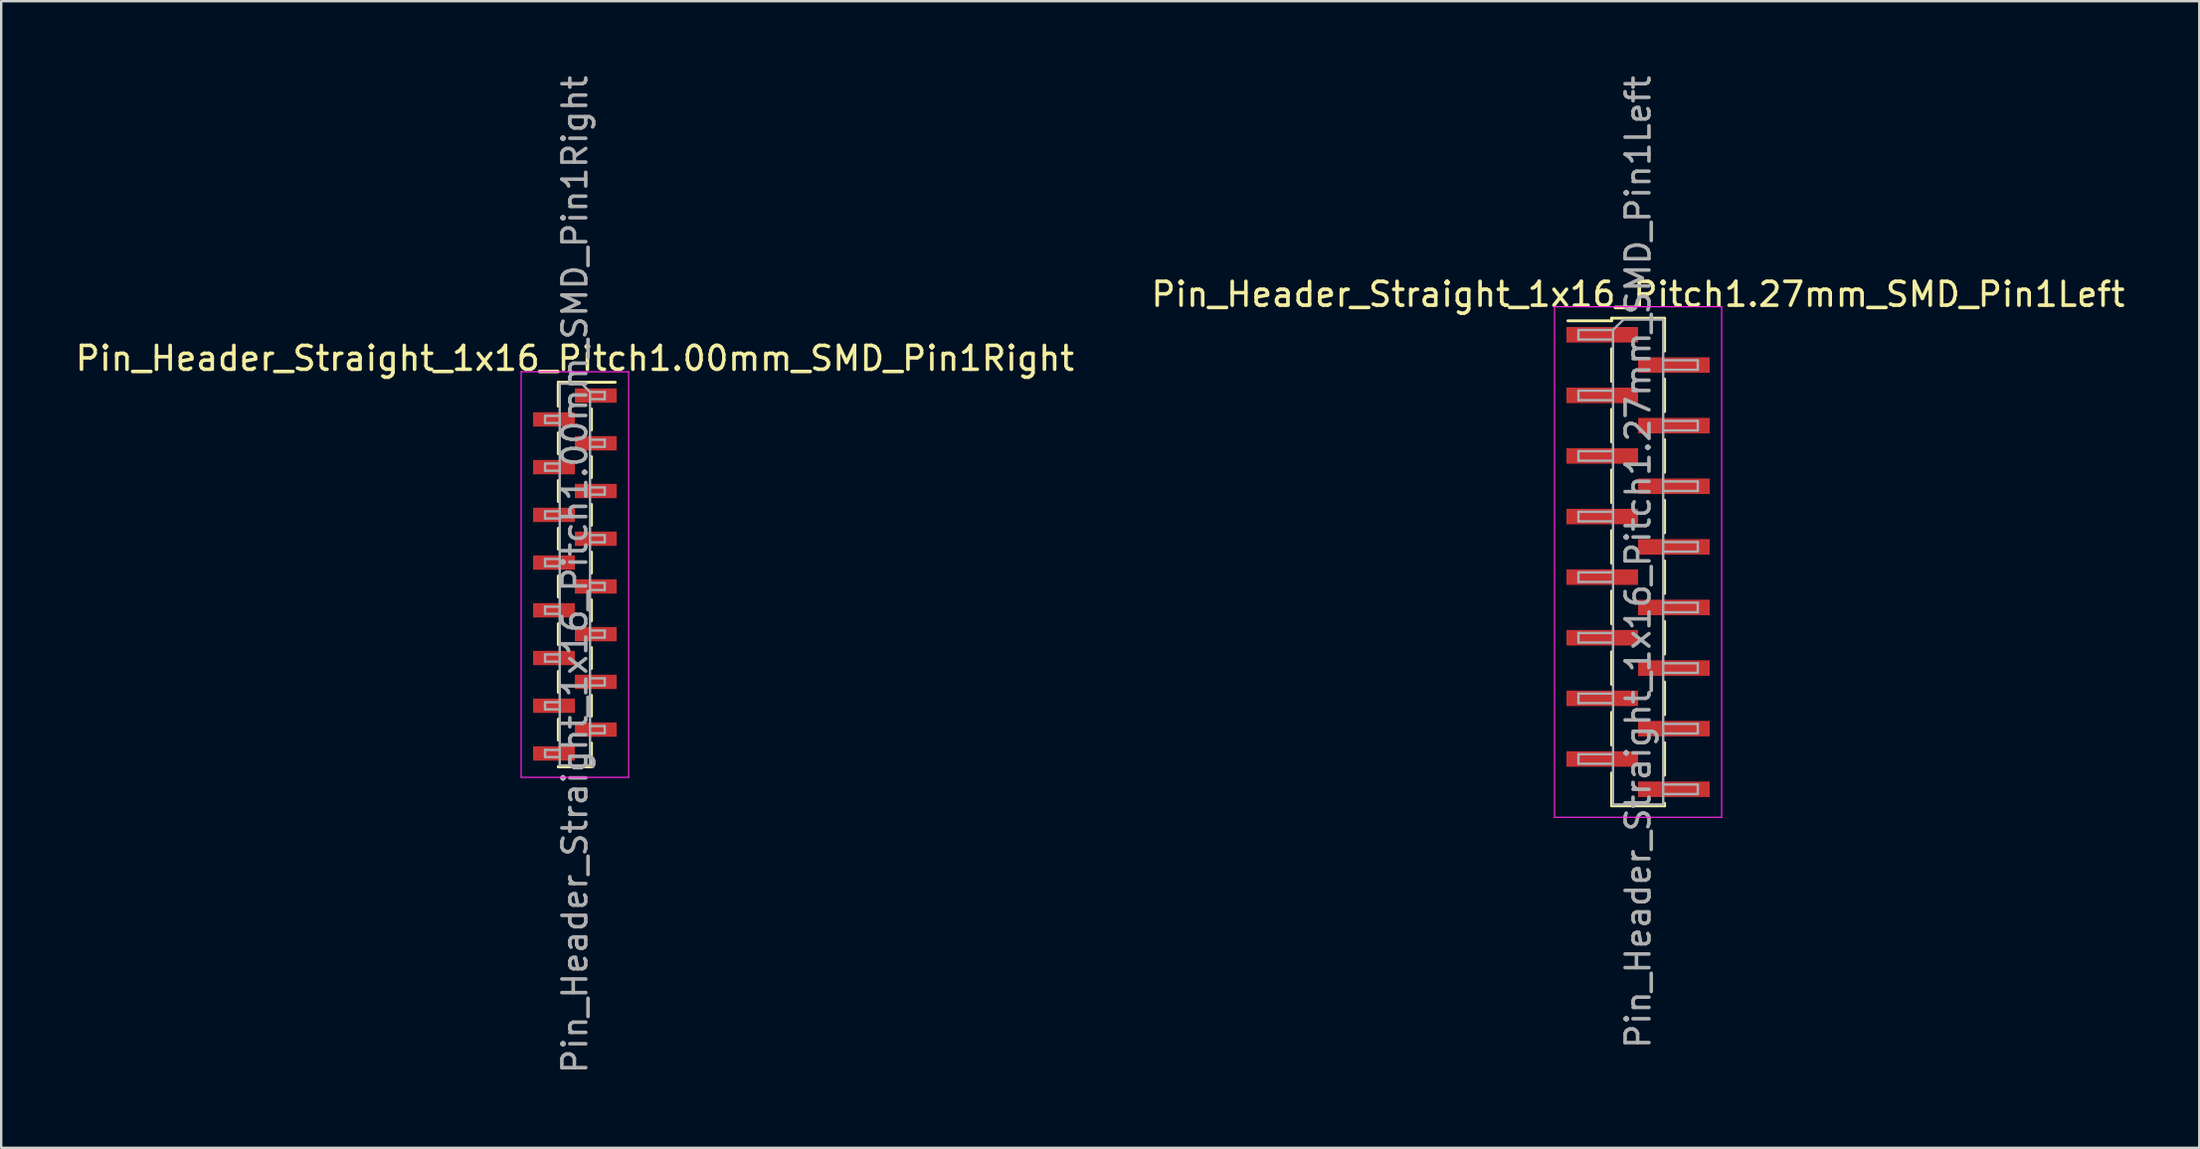
<source format=kicad_pcb>
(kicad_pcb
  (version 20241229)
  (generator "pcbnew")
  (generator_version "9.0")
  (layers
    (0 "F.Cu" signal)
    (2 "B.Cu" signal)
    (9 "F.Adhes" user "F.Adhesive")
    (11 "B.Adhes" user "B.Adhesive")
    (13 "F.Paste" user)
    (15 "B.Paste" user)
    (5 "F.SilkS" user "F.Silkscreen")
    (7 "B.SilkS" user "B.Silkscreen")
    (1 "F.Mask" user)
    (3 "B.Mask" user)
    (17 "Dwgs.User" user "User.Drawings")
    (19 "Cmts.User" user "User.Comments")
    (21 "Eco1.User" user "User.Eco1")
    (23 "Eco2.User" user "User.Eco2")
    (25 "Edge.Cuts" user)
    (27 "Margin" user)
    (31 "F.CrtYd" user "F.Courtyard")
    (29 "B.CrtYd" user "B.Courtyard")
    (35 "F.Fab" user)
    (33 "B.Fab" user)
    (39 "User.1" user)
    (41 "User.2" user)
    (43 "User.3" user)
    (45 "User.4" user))
  (footprint "Pin_Header_Straight_1x16_Pitch1.00mm_SMD_Pin1Right"
    (layer "F.Cu")
    (at 21.03 21.03)
    (property "Reference" "Pin_Header_Straight_1x16_Pitch1.00mm_SMD_Pin1Right" (at 0 -9.06 0) (layer "F.SilkS") (effects (font (size 1 1) (thickness 0.15))))
    (attr smd)
    (fp_line (start -0.695 -8.06) (end -0.695 -7.06) (stroke (width 0.12) (type solid)) (layer "F.SilkS"))
    (fp_line (start -0.695 -8.06) (end 0.695 -8.06) (stroke (width 0.12) (type solid)) (layer "F.SilkS"))
    (fp_line (start -0.695 -7.94) (end -0.695 -7.06) (stroke (width 0.12) (type solid)) (layer "F.SilkS"))
    (fp_line (start -0.695 -5.94) (end -0.695 -5.06) (stroke (width 0.12) (type solid)) (layer "F.SilkS"))
    (fp_line (start -0.695 -3.94) (end -0.695 -3.06) (stroke (width 0.12) (type solid)) (layer "F.SilkS"))
    (fp_line (start -0.695 -1.94) (end -0.695 -1.06) (stroke (width 0.12) (type solid)) (layer "F.SilkS"))
    (fp_line (start -0.695 0.06) (end -0.695 0.94) (stroke (width 0.12) (type solid)) (layer "F.SilkS"))
    (fp_line (start -0.695 2.06) (end -0.695 2.94) (stroke (width 0.12) (type solid)) (layer "F.SilkS"))
    (fp_line (start -0.695 4.06) (end -0.695 4.94) (stroke (width 0.12) (type solid)) (layer "F.SilkS"))
    (fp_line (start -0.695 6.06) (end -0.695 6.94) (stroke (width 0.12) (type solid)) (layer "F.SilkS"))
    (fp_line (start -0.695 8.06) (end -0.695 8.06) (stroke (width 0.12) (type solid)) (layer "F.SilkS"))
    (fp_line (start -0.695 8.06) (end 0.695 8.06) (stroke (width 0.12) (type solid)) (layer "F.SilkS"))
    (fp_line (start 0.695 -8.06) (end 0.695 -8.06) (stroke (width 0.12) (type solid)) (layer "F.SilkS"))
    (fp_line (start 0.695 -8.06) (end 1.69 -8.06) (stroke (width 0.12) (type solid)) (layer "F.SilkS"))
    (fp_line (start 0.695 -6.94) (end 0.695 -6.06) (stroke (width 0.12) (type solid)) (layer "F.SilkS"))
    (fp_line (start 0.695 -4.94) (end 0.695 -4.06) (stroke (width 0.12) (type solid)) (layer "F.SilkS"))
    (fp_line (start 0.695 -2.94) (end 0.695 -2.06) (stroke (width 0.12) (type solid)) (layer "F.SilkS"))
    (fp_line (start 0.695 -0.94) (end 0.695 -0.06) (stroke (width 0.12) (type solid)) (layer "F.SilkS"))
    (fp_line (start 0.695 1.06) (end 0.695 1.94) (stroke (width 0.12) (type solid)) (layer "F.SilkS"))
    (fp_line (start 0.695 3.06) (end 0.695 3.94) (stroke (width 0.12) (type solid)) (layer "F.SilkS"))
    (fp_line (start 0.695 5.06) (end 0.695 5.94) (stroke (width 0.12) (type solid)) (layer "F.SilkS"))
    (fp_line (start 0.695 7.06) (end 0.695 8.06) (stroke (width 0.12) (type solid)) (layer "F.SilkS"))
    (fp_line (start -2.25 -8.5) (end -2.25 8.5) (stroke (width 0.05) (type solid)) (layer "F.CrtYd"))
    (fp_line (start -2.25 8.5) (end 2.25 8.5) (stroke (width 0.05) (type solid)) (layer "F.CrtYd"))
    (fp_line (start 2.25 -8.5) (end -2.25 -8.5) (stroke (width 0.05) (type solid)) (layer "F.CrtYd"))
    (fp_line (start 2.25 8.5) (end 2.25 -8.5) (stroke (width 0.05) (type solid)) (layer "F.CrtYd"))
    (fp_line (start -1.25 -6.65) (end -1.25 -6.35) (stroke (width 0.1) (type solid)) (layer "F.Fab"))
    (fp_line (start -1.25 -6.35) (end -0.635 -6.35) (stroke (width 0.1) (type solid)) (layer "F.Fab"))
    (fp_line (start -1.25 -4.65) (end -1.25 -4.35) (stroke (width 0.1) (type solid)) (layer "F.Fab"))
    (fp_line (start -1.25 -4.35) (end -0.635 -4.35) (stroke (width 0.1) (type solid)) (layer "F.Fab"))
    (fp_line (start -1.25 -2.65) (end -1.25 -2.35) (stroke (width 0.1) (type solid)) (layer "F.Fab"))
    (fp_line (start -1.25 -2.35) (end -0.635 -2.35) (stroke (width 0.1) (type solid)) (layer "F.Fab"))
    (fp_line (start -1.25 -0.65) (end -1.25 -0.35) (stroke (width 0.1) (type solid)) (layer "F.Fab"))
    (fp_line (start -1.25 -0.35) (end -0.635 -0.35) (stroke (width 0.1) (type solid)) (layer "F.Fab"))
    (fp_line (start -1.25 1.35) (end -1.25 1.65) (stroke (width 0.1) (type solid)) (layer "F.Fab"))
    (fp_line (start -1.25 1.65) (end -0.635 1.65) (stroke (width 0.1) (type solid)) (layer "F.Fab"))
    (fp_line (start -1.25 3.35) (end -1.25 3.65) (stroke (width 0.1) (type solid)) (layer "F.Fab"))
    (fp_line (start -1.25 3.65) (end -0.635 3.65) (stroke (width 0.1) (type solid)) (layer "F.Fab"))
    (fp_line (start -1.25 5.35) (end -1.25 5.65) (stroke (width 0.1) (type solid)) (layer "F.Fab"))
    (fp_line (start -1.25 5.65) (end -0.635 5.65) (stroke (width 0.1) (type solid)) (layer "F.Fab"))
    (fp_line (start -1.25 7.35) (end -1.25 7.65) (stroke (width 0.1) (type solid)) (layer "F.Fab"))
    (fp_line (start -1.25 7.65) (end -0.635 7.65) (stroke (width 0.1) (type solid)) (layer "F.Fab"))
    (fp_line (start -0.635 -8) (end -0.635 8) (stroke (width 0.1) (type solid)) (layer "F.Fab"))
    (fp_line (start -0.635 -8) (end 0.285 -8) (stroke (width 0.1) (type solid)) (layer "F.Fab"))
    (fp_line (start -0.635 -6.65) (end -1.25 -6.65) (stroke (width 0.1) (type solid)) (layer "F.Fab"))
    (fp_line (start -0.635 -4.65) (end -1.25 -4.65) (stroke (width 0.1) (type solid)) (layer "F.Fab"))
    (fp_line (start -0.635 -2.65) (end -1.25 -2.65) (stroke (width 0.1) (type solid)) (layer "F.Fab"))
    (fp_line (start -0.635 -0.65) (end -1.25 -0.65) (stroke (width 0.1) (type solid)) (layer "F.Fab"))
    (fp_line (start -0.635 1.35) (end -1.25 1.35) (stroke (width 0.1) (type solid)) (layer "F.Fab"))
    (fp_line (start -0.635 3.35) (end -1.25 3.35) (stroke (width 0.1) (type solid)) (layer "F.Fab"))
    (fp_line (start -0.635 5.35) (end -1.25 5.35) (stroke (width 0.1) (type solid)) (layer "F.Fab"))
    (fp_line (start -0.635 7.35) (end -1.25 7.35) (stroke (width 0.1) (type solid)) (layer "F.Fab"))
    (fp_line (start 0.635 -7.65) (end 0.285 -8) (stroke (width 0.1) (type solid)) (layer "F.Fab"))
    (fp_line (start 0.635 -7.65) (end 1.25 -7.65) (stroke (width 0.1) (type solid)) (layer "F.Fab"))
    (fp_line (start 0.635 -5.65) (end 1.25 -5.65) (stroke (width 0.1) (type solid)) (layer "F.Fab"))
    (fp_line (start 0.635 -3.65) (end 1.25 -3.65) (stroke (width 0.1) (type solid)) (layer "F.Fab"))
    (fp_line (start 0.635 -1.65) (end 1.25 -1.65) (stroke (width 0.1) (type solid)) (layer "F.Fab"))
    (fp_line (start 0.635 0.35) (end 1.25 0.35) (stroke (width 0.1) (type solid)) (layer "F.Fab"))
    (fp_line (start 0.635 2.35) (end 1.25 2.35) (stroke (width 0.1) (type solid)) (layer "F.Fab"))
    (fp_line (start 0.635 4.35) (end 1.25 4.35) (stroke (width 0.1) (type solid)) (layer "F.Fab"))
    (fp_line (start 0.635 6.35) (end 1.25 6.35) (stroke (width 0.1) (type solid)) (layer "F.Fab"))
    (fp_line (start 0.635 8) (end -0.635 8) (stroke (width 0.1) (type solid)) (layer "F.Fab"))
    (fp_line (start 0.635 8) (end 0.635 -7.65) (stroke (width 0.1) (type solid)) (layer "F.Fab"))
    (fp_line (start 1.25 -7.65) (end 1.25 -7.35) (stroke (width 0.1) (type solid)) (layer "F.Fab"))
    (fp_line (start 1.25 -7.35) (end 0.635 -7.35) (stroke (width 0.1) (type solid)) (layer "F.Fab"))
    (fp_line (start 1.25 -5.65) (end 1.25 -5.35) (stroke (width 0.1) (type solid)) (layer "F.Fab"))
    (fp_line (start 1.25 -5.35) (end 0.635 -5.35) (stroke (width 0.1) (type solid)) (layer "F.Fab"))
    (fp_line (start 1.25 -3.65) (end 1.25 -3.35) (stroke (width 0.1) (type solid)) (layer "F.Fab"))
    (fp_line (start 1.25 -3.35) (end 0.635 -3.35) (stroke (width 0.1) (type solid)) (layer "F.Fab"))
    (fp_line (start 1.25 -1.65) (end 1.25 -1.35) (stroke (width 0.1) (type solid)) (layer "F.Fab"))
    (fp_line (start 1.25 -1.35) (end 0.635 -1.35) (stroke (width 0.1) (type solid)) (layer "F.Fab"))
    (fp_line (start 1.25 0.35) (end 1.25 0.65) (stroke (width 0.1) (type solid)) (layer "F.Fab"))
    (fp_line (start 1.25 0.65) (end 0.635 0.65) (stroke (width 0.1) (type solid)) (layer "F.Fab"))
    (fp_line (start 1.25 2.35) (end 1.25 2.65) (stroke (width 0.1) (type solid)) (layer "F.Fab"))
    (fp_line (start 1.25 2.65) (end 0.635 2.65) (stroke (width 0.1) (type solid)) (layer "F.Fab"))
    (fp_line (start 1.25 4.35) (end 1.25 4.65) (stroke (width 0.1) (type solid)) (layer "F.Fab"))
    (fp_line (start 1.25 4.65) (end 0.635 4.65) (stroke (width 0.1) (type solid)) (layer "F.Fab"))
    (fp_line (start 1.25 6.35) (end 1.25 6.65) (stroke (width 0.1) (type solid)) (layer "F.Fab"))
    (fp_line (start 1.25 6.65) (end 0.635 6.65) (stroke (width 0.1) (type solid)) (layer "F.Fab"))
    (fp_text user "${REFERENCE}" (at 0 0 90) (layer "F.Fab") (effects (font (size 1 1) (thickness 0.15))))
    (pad "1" smd rect (at 0.875 -7.5) (size 1.75 0.6) (layers "F.Cu" "F.Mask" "F.Paste"))
    (pad "2" smd rect (at -0.875 -6.5) (size 1.75 0.6) (layers "F.Cu" "F.Mask" "F.Paste"))
    (pad "3" smd rect (at 0.875 -5.5) (size 1.75 0.6) (layers "F.Cu" "F.Mask" "F.Paste"))
    (pad "4" smd rect (at -0.875 -4.5) (size 1.75 0.6) (layers "F.Cu" "F.Mask" "F.Paste"))
    (pad "5" smd rect (at 0.875 -3.5) (size 1.75 0.6) (layers "F.Cu" "F.Mask" "F.Paste"))
    (pad "6" smd rect (at -0.875 -2.5) (size 1.75 0.6) (layers "F.Cu" "F.Mask" "F.Paste"))
    (pad "7" smd rect (at 0.875 -1.5) (size 1.75 0.6) (layers "F.Cu" "F.Mask" "F.Paste"))
    (pad "8" smd rect (at -0.875 -0.5) (size 1.75 0.6) (layers "F.Cu" "F.Mask" "F.Paste"))
    (pad "9" smd rect (at 0.875 0.5) (size 1.75 0.6) (layers "F.Cu" "F.Mask" "F.Paste"))
    (pad "10" smd rect (at -0.875 1.5) (size 1.75 0.6) (layers "F.Cu" "F.Mask" "F.Paste"))
    (pad "11" smd rect (at 0.875 2.5) (size 1.75 0.6) (layers "F.Cu" "F.Mask" "F.Paste"))
    (pad "12" smd rect (at -0.875 3.5) (size 1.75 0.6) (layers "F.Cu" "F.Mask" "F.Paste"))
    (pad "13" smd rect (at 0.875 4.5) (size 1.75 0.6) (layers "F.Cu" "F.Mask" "F.Paste"))
    (pad "14" smd rect (at -0.875 5.5) (size 1.75 0.6) (layers "F.Cu" "F.Mask" "F.Paste"))
    (pad "15" smd rect (at 0.875 6.5) (size 1.75 0.6) (layers "F.Cu" "F.Mask" "F.Paste"))
    (pad "16" smd rect (at -0.875 7.5) (size 1.75 0.6) (layers "F.Cu" "F.Mask" "F.Paste")))
  (footprint "Pin_Header_Straight_1x16_Pitch1.27mm_SMD_Pin1Left"
    (layer "F.Cu")
    (at 65.565 20.506)
    (property "Reference" "Pin_Header_Straight_1x16_Pitch1.27mm_SMD_Pin1Left" (at 0 -11.22 0) (layer "F.SilkS") (effects (font (size 1 1) (thickness 0.15))))
    (attr smd)
    (fp_line (start -1.11 -10.22) (end -1.11 -10.11) (stroke (width 0.12) (type solid)) (layer "F.SilkS"))
    (fp_line (start -1.11 -10.22) (end 1.11 -10.22) (stroke (width 0.12) (type solid)) (layer "F.SilkS"))
    (fp_line (start -1.11 -10.11) (end -2.94 -10.11) (stroke (width 0.12) (type solid)) (layer "F.SilkS"))
    (fp_line (start -1.11 -8.94) (end -1.11 -7.57) (stroke (width 0.12) (type solid)) (layer "F.SilkS"))
    (fp_line (start -1.11 -6.4) (end -1.11 -5.03) (stroke (width 0.12) (type solid)) (layer "F.SilkS"))
    (fp_line (start -1.11 -3.86) (end -1.11 -2.49) (stroke (width 0.12) (type solid)) (layer "F.SilkS"))
    (fp_line (start -1.11 -1.32) (end -1.11 0.05) (stroke (width 0.12) (type solid)) (layer "F.SilkS"))
    (fp_line (start -1.11 1.22) (end -1.11 2.59) (stroke (width 0.12) (type solid)) (layer "F.SilkS"))
    (fp_line (start -1.11 3.76) (end -1.11 5.13) (stroke (width 0.12) (type solid)) (layer "F.SilkS"))
    (fp_line (start -1.11 6.3) (end -1.11 7.67) (stroke (width 0.12) (type solid)) (layer "F.SilkS"))
    (fp_line (start -1.11 8.84) (end -1.11 10.21) (stroke (width 0.12) (type solid)) (layer "F.SilkS"))
    (fp_line (start -1.11 10.22) (end 1.11 10.22) (stroke (width 0.12) (type solid)) (layer "F.SilkS"))
    (fp_line (start 1.11 -10.21) (end 1.11 -8.84) (stroke (width 0.12) (type solid)) (layer "F.SilkS"))
    (fp_line (start 1.11 -7.67) (end 1.11 -6.3) (stroke (width 0.12) (type solid)) (layer "F.SilkS"))
    (fp_line (start 1.11 -5.13) (end 1.11 -3.76) (stroke (width 0.12) (type solid)) (layer "F.SilkS"))
    (fp_line (start 1.11 -2.59) (end 1.11 -1.22) (stroke (width 0.12) (type solid)) (layer "F.SilkS"))
    (fp_line (start 1.11 -0.05) (end 1.11 1.32) (stroke (width 0.12) (type solid)) (layer "F.SilkS"))
    (fp_line (start 1.11 2.49) (end 1.11 3.86) (stroke (width 0.12) (type solid)) (layer "F.SilkS"))
    (fp_line (start 1.11 5.03) (end 1.11 6.4) (stroke (width 0.12) (type solid)) (layer "F.SilkS"))
    (fp_line (start 1.11 7.57) (end 1.11 8.94) (stroke (width 0.12) (type solid)) (layer "F.SilkS"))
    (fp_line (start 1.11 10.11) (end 1.11 10.22) (stroke (width 0.12) (type solid)) (layer "F.SilkS"))
    (fp_line (start -3.5 -10.7) (end -3.5 10.7) (stroke (width 0.05) (type solid)) (layer "F.CrtYd"))
    (fp_line (start -3.5 10.7) (end 3.5 10.7) (stroke (width 0.05) (type solid)) (layer "F.CrtYd"))
    (fp_line (start 3.5 -10.7) (end -3.5 -10.7) (stroke (width 0.05) (type solid)) (layer "F.CrtYd"))
    (fp_line (start 3.5 10.7) (end 3.5 -10.7) (stroke (width 0.05) (type solid)) (layer "F.CrtYd"))
    (fp_line (start -2.5 -9.725) (end -2.5 -9.325) (stroke (width 0.1) (type solid)) (layer "F.Fab"))
    (fp_line (start -2.5 -9.325) (end -1.05 -9.325) (stroke (width 0.1) (type solid)) (layer "F.Fab"))
    (fp_line (start -2.5 -7.185) (end -2.5 -6.785) (stroke (width 0.1) (type solid)) (layer "F.Fab"))
    (fp_line (start -2.5 -6.785) (end -1.05 -6.785) (stroke (width 0.1) (type solid)) (layer "F.Fab"))
    (fp_line (start -2.5 -4.645) (end -2.5 -4.245) (stroke (width 0.1) (type solid)) (layer "F.Fab"))
    (fp_line (start -2.5 -4.245) (end -1.05 -4.245) (stroke (width 0.1) (type solid)) (layer "F.Fab"))
    (fp_line (start -2.5 -2.105) (end -2.5 -1.705) (stroke (width 0.1) (type solid)) (layer "F.Fab"))
    (fp_line (start -2.5 -1.705) (end -1.05 -1.705) (stroke (width 0.1) (type solid)) (layer "F.Fab"))
    (fp_line (start -2.5 0.435) (end -2.5 0.835) (stroke (width 0.1) (type solid)) (layer "F.Fab"))
    (fp_line (start -2.5 0.835) (end -1.05 0.835) (stroke (width 0.1) (type solid)) (layer "F.Fab"))
    (fp_line (start -2.5 2.975) (end -2.5 3.375) (stroke (width 0.1) (type solid)) (layer "F.Fab"))
    (fp_line (start -2.5 3.375) (end -1.05 3.375) (stroke (width 0.1) (type solid)) (layer "F.Fab"))
    (fp_line (start -2.5 5.515) (end -2.5 5.915) (stroke (width 0.1) (type solid)) (layer "F.Fab"))
    (fp_line (start -2.5 5.915) (end -1.05 5.915) (stroke (width 0.1) (type solid)) (layer "F.Fab"))
    (fp_line (start -2.5 8.055) (end -2.5 8.455) (stroke (width 0.1) (type solid)) (layer "F.Fab"))
    (fp_line (start -2.5 8.455) (end -1.05 8.455) (stroke (width 0.1) (type solid)) (layer "F.Fab"))
    (fp_line (start -1.05 -9.725) (end -2.5 -9.725) (stroke (width 0.1) (type solid)) (layer "F.Fab"))
    (fp_line (start -1.05 -9.725) (end -0.615 -10.16) (stroke (width 0.1) (type solid)) (layer "F.Fab"))
    (fp_line (start -1.05 -7.185) (end -2.5 -7.185) (stroke (width 0.1) (type solid)) (layer "F.Fab"))
    (fp_line (start -1.05 -4.645) (end -2.5 -4.645) (stroke (width 0.1) (type solid)) (layer "F.Fab"))
    (fp_line (start -1.05 -2.105) (end -2.5 -2.105) (stroke (width 0.1) (type solid)) (layer "F.Fab"))
    (fp_line (start -1.05 0.435) (end -2.5 0.435) (stroke (width 0.1) (type solid)) (layer "F.Fab"))
    (fp_line (start -1.05 2.975) (end -2.5 2.975) (stroke (width 0.1) (type solid)) (layer "F.Fab"))
    (fp_line (start -1.05 5.515) (end -2.5 5.515) (stroke (width 0.1) (type solid)) (layer "F.Fab"))
    (fp_line (start -1.05 8.055) (end -2.5 8.055) (stroke (width 0.1) (type solid)) (layer "F.Fab"))
    (fp_line (start -1.05 10.16) (end -1.05 -9.725) (stroke (width 0.1) (type solid)) (layer "F.Fab"))
    (fp_line (start -0.615 -10.16) (end 1.05 -10.16) (stroke (width 0.1) (type solid)) (layer "F.Fab"))
    (fp_line (start 1.05 -10.16) (end 1.05 10.16) (stroke (width 0.1) (type solid)) (layer "F.Fab"))
    (fp_line (start 1.05 -8.455) (end 2.5 -8.455) (stroke (width 0.1) (type solid)) (layer "F.Fab"))
    (fp_line (start 1.05 -5.915) (end 2.5 -5.915) (stroke (width 0.1) (type solid)) (layer "F.Fab"))
    (fp_line (start 1.05 -3.375) (end 2.5 -3.375) (stroke (width 0.1) (type solid)) (layer "F.Fab"))
    (fp_line (start 1.05 -0.835) (end 2.5 -0.835) (stroke (width 0.1) (type solid)) (layer "F.Fab"))
    (fp_line (start 1.05 1.705) (end 2.5 1.705) (stroke (width 0.1) (type solid)) (layer "F.Fab"))
    (fp_line (start 1.05 4.245) (end 2.5 4.245) (stroke (width 0.1) (type solid)) (layer "F.Fab"))
    (fp_line (start 1.05 6.785) (end 2.5 6.785) (stroke (width 0.1) (type solid)) (layer "F.Fab"))
    (fp_line (start 1.05 9.325) (end 2.5 9.325) (stroke (width 0.1) (type solid)) (layer "F.Fab"))
    (fp_line (start 1.05 10.16) (end -1.05 10.16) (stroke (width 0.1) (type solid)) (layer "F.Fab"))
    (fp_line (start 2.5 -8.455) (end 2.5 -8.055) (stroke (width 0.1) (type solid)) (layer "F.Fab"))
    (fp_line (start 2.5 -8.055) (end 1.05 -8.055) (stroke (width 0.1) (type solid)) (layer "F.Fab"))
    (fp_line (start 2.5 -5.915) (end 2.5 -5.515) (stroke (width 0.1) (type solid)) (layer "F.Fab"))
    (fp_line (start 2.5 -5.515) (end 1.05 -5.515) (stroke (width 0.1) (type solid)) (layer "F.Fab"))
    (fp_line (start 2.5 -3.375) (end 2.5 -2.975) (stroke (width 0.1) (type solid)) (layer "F.Fab"))
    (fp_line (start 2.5 -2.975) (end 1.05 -2.975) (stroke (width 0.1) (type solid)) (layer "F.Fab"))
    (fp_line (start 2.5 -0.835) (end 2.5 -0.435) (stroke (width 0.1) (type solid)) (layer "F.Fab"))
    (fp_line (start 2.5 -0.435) (end 1.05 -0.435) (stroke (width 0.1) (type solid)) (layer "F.Fab"))
    (fp_line (start 2.5 1.705) (end 2.5 2.105) (stroke (width 0.1) (type solid)) (layer "F.Fab"))
    (fp_line (start 2.5 2.105) (end 1.05 2.105) (stroke (width 0.1) (type solid)) (layer "F.Fab"))
    (fp_line (start 2.5 4.245) (end 2.5 4.645) (stroke (width 0.1) (type solid)) (layer "F.Fab"))
    (fp_line (start 2.5 4.645) (end 1.05 4.645) (stroke (width 0.1) (type solid)) (layer "F.Fab"))
    (fp_line (start 2.5 6.785) (end 2.5 7.185) (stroke (width 0.1) (type solid)) (layer "F.Fab"))
    (fp_line (start 2.5 7.185) (end 1.05 7.185) (stroke (width 0.1) (type solid)) (layer "F.Fab"))
    (fp_line (start 2.5 9.325) (end 2.5 9.725) (stroke (width 0.1) (type solid)) (layer "F.Fab"))
    (fp_line (start 2.5 9.725) (end 1.05 9.725) (stroke (width 0.1) (type solid)) (layer "F.Fab"))
    (fp_text user "${REFERENCE}" (at 0 0 90) (layer "F.Fab") (effects (font (size 1 1) (thickness 0.15))))
    (pad "1" smd rect (at -1.5 -9.525) (size 3 0.65) (layers "F.Cu" "F.Mask" "F.Paste"))
    (pad "2" smd rect (at 1.5 -8.255) (size 3 0.65) (layers "F.Cu" "F.Mask" "F.Paste"))
    (pad "3" smd rect (at -1.5 -6.985) (size 3 0.65) (layers "F.Cu" "F.Mask" "F.Paste"))
    (pad "4" smd rect (at 1.5 -5.715) (size 3 0.65) (layers "F.Cu" "F.Mask" "F.Paste"))
    (pad "5" smd rect (at -1.5 -4.445) (size 3 0.65) (layers "F.Cu" "F.Mask" "F.Paste"))
    (pad "6" smd rect (at 1.5 -3.175) (size 3 0.65) (layers "F.Cu" "F.Mask" "F.Paste"))
    (pad "7" smd rect (at -1.5 -1.905) (size 3 0.65) (layers "F.Cu" "F.Mask" "F.Paste"))
    (pad "8" smd rect (at 1.5 -0.635) (size 3 0.65) (layers "F.Cu" "F.Mask" "F.Paste"))
    (pad "9" smd rect (at -1.5 0.635) (size 3 0.65) (layers "F.Cu" "F.Mask" "F.Paste"))
    (pad "10" smd rect (at 1.5 1.905) (size 3 0.65) (layers "F.Cu" "F.Mask" "F.Paste"))
    (pad "11" smd rect (at -1.5 3.175) (size 3 0.65) (layers "F.Cu" "F.Mask" "F.Paste"))
    (pad "12" smd rect (at 1.5 4.445) (size 3 0.65) (layers "F.Cu" "F.Mask" "F.Paste"))
    (pad "13" smd rect (at -1.5 5.715) (size 3 0.65) (layers "F.Cu" "F.Mask" "F.Paste"))
    (pad "14" smd rect (at 1.5 6.985) (size 3 0.65) (layers "F.Cu" "F.Mask" "F.Paste"))
    (pad "15" smd rect (at -1.5 8.255) (size 3 0.65) (layers "F.Cu" "F.Mask" "F.Paste"))
    (pad "16" smd rect (at 1.5 9.525) (size 3 0.65) (layers "F.Cu" "F.Mask" "F.Paste")))
  (gr_rect
    (start -3 -3)
    (end 89.071 45.06)
    (stroke (width 0.1) (type default))
    (fill no)
    (layer "Edge.Cuts")))
</source>
